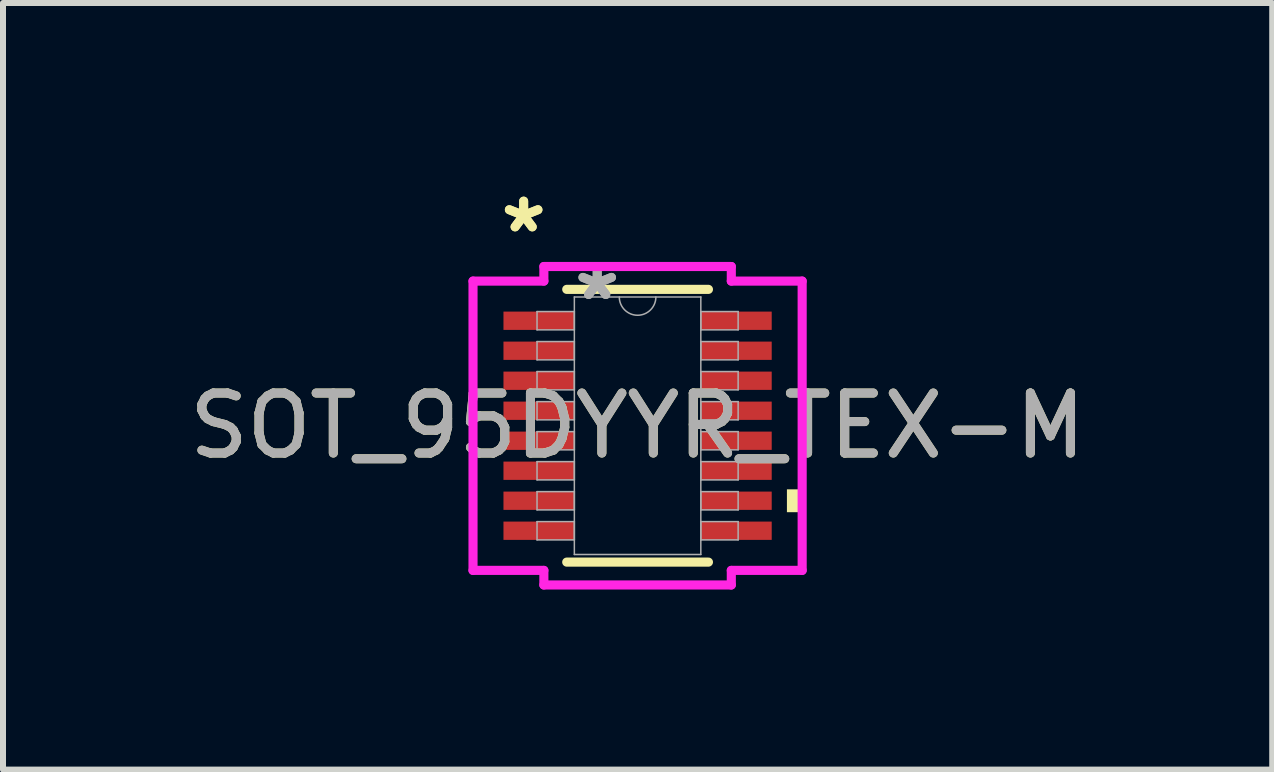
<source format=kicad_pcb>
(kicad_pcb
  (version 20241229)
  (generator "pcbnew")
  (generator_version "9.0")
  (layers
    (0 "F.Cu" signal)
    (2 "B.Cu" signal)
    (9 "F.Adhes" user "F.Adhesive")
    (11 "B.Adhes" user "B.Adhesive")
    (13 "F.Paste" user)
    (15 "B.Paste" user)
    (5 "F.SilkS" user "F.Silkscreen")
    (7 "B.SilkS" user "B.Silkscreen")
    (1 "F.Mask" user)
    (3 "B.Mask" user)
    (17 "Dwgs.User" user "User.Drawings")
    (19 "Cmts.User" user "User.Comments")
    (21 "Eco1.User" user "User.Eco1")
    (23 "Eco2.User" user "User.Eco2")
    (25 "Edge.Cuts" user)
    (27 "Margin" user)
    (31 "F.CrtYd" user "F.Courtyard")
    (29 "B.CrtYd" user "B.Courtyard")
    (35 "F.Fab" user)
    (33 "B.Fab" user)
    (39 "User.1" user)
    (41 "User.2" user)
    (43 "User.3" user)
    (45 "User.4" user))
  (footprint "SOT_95DYYR_TEX-M"
    (layer "F.Cu")
    (at 7.577 4.046)
    (property "Reference" "SOT_95DYYR_TEX-M" (at 0 0 0) (unlocked yes) (layer "F.SilkS") (effects (font (size 1 1) (thickness 0.15))))
    (attr smd)
    (fp_line (start -1.181 2.273) (end 1.181 2.273) (stroke (width 0.152) (type solid)) (layer "F.SilkS"))
    (fp_line (start 1.181 -2.273) (end -1.181 -2.273) (stroke (width 0.152) (type solid)) (layer "F.SilkS"))
    (fp_poly (pts (xy 2.743 1.06) (xy 2.743 1.441) (xy 2.489 1.441) (xy 2.489 1.06)) (stroke (width 0) (type solid)) (fill yes) (layer "F.SilkS"))
    (fp_line (start -2.743 -2.411) (end -1.562 -2.411) (stroke (width 0.152) (type solid)) (layer "F.CrtYd"))
    (fp_line (start -2.743 2.411) (end -2.743 -2.411) (stroke (width 0.152) (type solid)) (layer "F.CrtYd"))
    (fp_line (start -2.743 2.411) (end -1.562 2.411) (stroke (width 0.152) (type solid)) (layer "F.CrtYd"))
    (fp_line (start -1.562 -2.654) (end 1.562 -2.654) (stroke (width 0.152) (type solid)) (layer "F.CrtYd"))
    (fp_line (start -1.562 -2.411) (end -1.562 -2.654) (stroke (width 0.152) (type solid)) (layer "F.CrtYd"))
    (fp_line (start -1.562 2.654) (end -1.562 2.411) (stroke (width 0.152) (type solid)) (layer "F.CrtYd"))
    (fp_line (start 1.562 -2.654) (end 1.562 -2.411) (stroke (width 0.152) (type solid)) (layer "F.CrtYd"))
    (fp_line (start 1.562 2.411) (end 1.562 2.654) (stroke (width 0.152) (type solid)) (layer "F.CrtYd"))
    (fp_line (start 1.562 2.654) (end -1.562 2.654) (stroke (width 0.152) (type solid)) (layer "F.CrtYd"))
    (fp_line (start 2.743 -2.411) (end 1.562 -2.411) (stroke (width 0.152) (type solid)) (layer "F.CrtYd"))
    (fp_line (start 2.743 -2.411) (end 2.743 2.411) (stroke (width 0.152) (type solid)) (layer "F.CrtYd"))
    (fp_line (start 2.743 2.411) (end 1.562 2.411) (stroke (width 0.152) (type solid)) (layer "F.CrtYd"))
    (fp_line (start -1.676 -1.903) (end -1.676 -1.598) (stroke (width 0.025) (type solid)) (layer "F.Fab"))
    (fp_line (start -1.676 -1.598) (end -1.054 -1.598) (stroke (width 0.025) (type solid)) (layer "F.Fab"))
    (fp_line (start -1.676 -1.403) (end -1.676 -1.098) (stroke (width 0.025) (type solid)) (layer "F.Fab"))
    (fp_line (start -1.676 -1.098) (end -1.054 -1.098) (stroke (width 0.025) (type solid)) (layer "F.Fab"))
    (fp_line (start -1.676 -0.903) (end -1.676 -0.598) (stroke (width 0.025) (type solid)) (layer "F.Fab"))
    (fp_line (start -1.676 -0.598) (end -1.054 -0.598) (stroke (width 0.025) (type solid)) (layer "F.Fab"))
    (fp_line (start -1.676 -0.402) (end -1.676 -0.098) (stroke (width 0.025) (type solid)) (layer "F.Fab"))
    (fp_line (start -1.676 -0.098) (end -1.054 -0.098) (stroke (width 0.025) (type solid)) (layer "F.Fab"))
    (fp_line (start -1.676 0.098) (end -1.676 0.402) (stroke (width 0.025) (type solid)) (layer "F.Fab"))
    (fp_line (start -1.676 0.402) (end -1.054 0.402) (stroke (width 0.025) (type solid)) (layer "F.Fab"))
    (fp_line (start -1.676 0.598) (end -1.676 0.903) (stroke (width 0.025) (type solid)) (layer "F.Fab"))
    (fp_line (start -1.676 0.903) (end -1.054 0.903) (stroke (width 0.025) (type solid)) (layer "F.Fab"))
    (fp_line (start -1.676 1.098) (end -1.676 1.403) (stroke (width 0.025) (type solid)) (layer "F.Fab"))
    (fp_line (start -1.676 1.403) (end -1.054 1.403) (stroke (width 0.025) (type solid)) (layer "F.Fab"))
    (fp_line (start -1.676 1.598) (end -1.676 1.903) (stroke (width 0.025) (type solid)) (layer "F.Fab"))
    (fp_line (start -1.676 1.903) (end -1.054 1.903) (stroke (width 0.025) (type solid)) (layer "F.Fab"))
    (fp_line (start -1.054 -2.146) (end -1.054 2.146) (stroke (width 0.025) (type solid)) (layer "F.Fab"))
    (fp_line (start -1.054 -1.903) (end -1.676 -1.903) (stroke (width 0.025) (type solid)) (layer "F.Fab"))
    (fp_line (start -1.054 -1.598) (end -1.054 -1.903) (stroke (width 0.025) (type solid)) (layer "F.Fab"))
    (fp_line (start -1.054 -1.403) (end -1.676 -1.403) (stroke (width 0.025) (type solid)) (layer "F.Fab"))
    (fp_line (start -1.054 -1.098) (end -1.054 -1.403) (stroke (width 0.025) (type solid)) (layer "F.Fab"))
    (fp_line (start -1.054 -0.903) (end -1.676 -0.903) (stroke (width 0.025) (type solid)) (layer "F.Fab"))
    (fp_line (start -1.054 -0.598) (end -1.054 -0.903) (stroke (width 0.025) (type solid)) (layer "F.Fab"))
    (fp_line (start -1.054 -0.402) (end -1.676 -0.402) (stroke (width 0.025) (type solid)) (layer "F.Fab"))
    (fp_line (start -1.054 -0.098) (end -1.054 -0.402) (stroke (width 0.025) (type solid)) (layer "F.Fab"))
    (fp_line (start -1.054 0.098) (end -1.676 0.098) (stroke (width 0.025) (type solid)) (layer "F.Fab"))
    (fp_line (start -1.054 0.402) (end -1.054 0.098) (stroke (width 0.025) (type solid)) (layer "F.Fab"))
    (fp_line (start -1.054 0.598) (end -1.676 0.598) (stroke (width 0.025) (type solid)) (layer "F.Fab"))
    (fp_line (start -1.054 0.903) (end -1.054 0.598) (stroke (width 0.025) (type solid)) (layer "F.Fab"))
    (fp_line (start -1.054 1.098) (end -1.676 1.098) (stroke (width 0.025) (type solid)) (layer "F.Fab"))
    (fp_line (start -1.054 1.403) (end -1.054 1.098) (stroke (width 0.025) (type solid)) (layer "F.Fab"))
    (fp_line (start -1.054 1.598) (end -1.676 1.598) (stroke (width 0.025) (type solid)) (layer "F.Fab"))
    (fp_line (start -1.054 1.903) (end -1.054 1.598) (stroke (width 0.025) (type solid)) (layer "F.Fab"))
    (fp_line (start -1.054 2.146) (end 1.054 2.146) (stroke (width 0.025) (type solid)) (layer "F.Fab"))
    (fp_line (start 1.054 -2.146) (end -1.054 -2.146) (stroke (width 0.025) (type solid)) (layer "F.Fab"))
    (fp_line (start 1.054 -1.903) (end 1.054 -1.598) (stroke (width 0.025) (type solid)) (layer "F.Fab"))
    (fp_line (start 1.054 -1.598) (end 1.676 -1.598) (stroke (width 0.025) (type solid)) (layer "F.Fab"))
    (fp_line (start 1.054 -1.403) (end 1.054 -1.098) (stroke (width 0.025) (type solid)) (layer "F.Fab"))
    (fp_line (start 1.054 -1.098) (end 1.676 -1.098) (stroke (width 0.025) (type solid)) (layer "F.Fab"))
    (fp_line (start 1.054 -0.903) (end 1.054 -0.598) (stroke (width 0.025) (type solid)) (layer "F.Fab"))
    (fp_line (start 1.054 -0.598) (end 1.676 -0.598) (stroke (width 0.025) (type solid)) (layer "F.Fab"))
    (fp_line (start 1.054 -0.402) (end 1.054 -0.098) (stroke (width 0.025) (type solid)) (layer "F.Fab"))
    (fp_line (start 1.054 -0.098) (end 1.676 -0.098) (stroke (width 0.025) (type solid)) (layer "F.Fab"))
    (fp_line (start 1.054 0.098) (end 1.054 0.402) (stroke (width 0.025) (type solid)) (layer "F.Fab"))
    (fp_line (start 1.054 0.402) (end 1.676 0.402) (stroke (width 0.025) (type solid)) (layer "F.Fab"))
    (fp_line (start 1.054 0.598) (end 1.054 0.903) (stroke (width 0.025) (type solid)) (layer "F.Fab"))
    (fp_line (start 1.054 0.903) (end 1.676 0.903) (stroke (width 0.025) (type solid)) (layer "F.Fab"))
    (fp_line (start 1.054 1.098) (end 1.054 1.403) (stroke (width 0.025) (type solid)) (layer "F.Fab"))
    (fp_line (start 1.054 1.403) (end 1.676 1.403) (stroke (width 0.025) (type solid)) (layer "F.Fab"))
    (fp_line (start 1.054 1.598) (end 1.054 1.903) (stroke (width 0.025) (type solid)) (layer "F.Fab"))
    (fp_line (start 1.054 1.903) (end 1.676 1.903) (stroke (width 0.025) (type solid)) (layer "F.Fab"))
    (fp_line (start 1.054 2.146) (end 1.054 -2.146) (stroke (width 0.025) (type solid)) (layer "F.Fab"))
    (fp_line (start 1.676 -1.903) (end 1.054 -1.903) (stroke (width 0.025) (type solid)) (layer "F.Fab"))
    (fp_line (start 1.676 -1.598) (end 1.676 -1.903) (stroke (width 0.025) (type solid)) (layer "F.Fab"))
    (fp_line (start 1.676 -1.403) (end 1.054 -1.403) (stroke (width 0.025) (type solid)) (layer "F.Fab"))
    (fp_line (start 1.676 -1.098) (end 1.676 -1.403) (stroke (width 0.025) (type solid)) (layer "F.Fab"))
    (fp_line (start 1.676 -0.903) (end 1.054 -0.903) (stroke (width 0.025) (type solid)) (layer "F.Fab"))
    (fp_line (start 1.676 -0.598) (end 1.676 -0.903) (stroke (width 0.025) (type solid)) (layer "F.Fab"))
    (fp_line (start 1.676 -0.402) (end 1.054 -0.402) (stroke (width 0.025) (type solid)) (layer "F.Fab"))
    (fp_line (start 1.676 -0.098) (end 1.676 -0.402) (stroke (width 0.025) (type solid)) (layer "F.Fab"))
    (fp_line (start 1.676 0.098) (end 1.054 0.098) (stroke (width 0.025) (type solid)) (layer "F.Fab"))
    (fp_line (start 1.676 0.402) (end 1.676 0.098) (stroke (width 0.025) (type solid)) (layer "F.Fab"))
    (fp_line (start 1.676 0.598) (end 1.054 0.598) (stroke (width 0.025) (type solid)) (layer "F.Fab"))
    (fp_line (start 1.676 0.903) (end 1.676 0.598) (stroke (width 0.025) (type solid)) (layer "F.Fab"))
    (fp_line (start 1.676 1.098) (end 1.054 1.098) (stroke (width 0.025) (type solid)) (layer "F.Fab"))
    (fp_line (start 1.676 1.403) (end 1.676 1.098) (stroke (width 0.025) (type solid)) (layer "F.Fab"))
    (fp_line (start 1.676 1.598) (end 1.054 1.598) (stroke (width 0.025) (type solid)) (layer "F.Fab"))
    (fp_line (start 1.676 1.903) (end 1.676 1.598) (stroke (width 0.025) (type solid)) (layer "F.Fab"))
    (fp_arc (start 0.3048 -2.1463) (mid 0 -1.8415) (end -0.3048 -2.1463) (stroke (width 0.0254) (type solid)) (layer "F.Fab"))
    (fp_text user "*" (at -1.899 -3.198 0) (layer "F.SilkS") (effects (font (size 1 1) (thickness 0.15))))
    (fp_text user "*" (at -1.899 -3.198 0) (unlocked yes) (layer "F.SilkS") (effects (font (size 1 1) (thickness 0.15))))
    (fp_text user "${REFERENCE}" (at 0 0 0) (unlocked yes) (layer "F.Fab") (effects (font (size 1 1) (thickness 0.15))))
    (fp_text user "*" (at -0.673 -2.07 0) (unlocked yes) (layer "F.Fab") (effects (font (size 1 1) (thickness 0.15))))
    (fp_text user "*" (at -0.673 -2.07 0) (layer "F.Fab") (effects (font (size 1 1) (thickness 0.15))))
    (pad "1" smd rect (at -1.645 -1.75) (size 1.181 0.305) (layers "F.Cu" "F.Mask" "F.Paste"))
    (pad "2" smd rect (at -1.645 -1.25) (size 1.181 0.305) (layers "F.Cu" "F.Mask" "F.Paste"))
    (pad "3" smd rect (at -1.645 -0.75) (size 1.181 0.305) (layers "F.Cu" "F.Mask" "F.Paste"))
    (pad "4" smd rect (at -1.645 -0.25) (size 1.181 0.305) (layers "F.Cu" "F.Mask" "F.Paste"))
    (pad "5" smd rect (at -1.645 0.25) (size 1.181 0.305) (layers "F.Cu" "F.Mask" "F.Paste"))
    (pad "6" smd rect (at -1.645 0.75) (size 1.181 0.305) (layers "F.Cu" "F.Mask" "F.Paste"))
    (pad "7" smd rect (at -1.645 1.25) (size 1.181 0.305) (layers "F.Cu" "F.Mask" "F.Paste"))
    (pad "8" smd rect (at -1.645 1.75) (size 1.181 0.305) (layers "F.Cu" "F.Mask" "F.Paste"))
    (pad "9" smd rect (at 1.645 1.75) (size 1.181 0.305) (layers "F.Cu" "F.Mask" "F.Paste"))
    (pad "10" smd rect (at 1.645 1.25) (size 1.181 0.305) (layers "F.Cu" "F.Mask" "F.Paste"))
    (pad "11" smd rect (at 1.645 0.75) (size 1.181 0.305) (layers "F.Cu" "F.Mask" "F.Paste"))
    (pad "12" smd rect (at 1.645 0.25) (size 1.181 0.305) (layers "F.Cu" "F.Mask" "F.Paste"))
    (pad "13" smd rect (at 1.645 -0.25) (size 1.181 0.305) (layers "F.Cu" "F.Mask" "F.Paste"))
    (pad "14" smd rect (at 1.645 -0.75) (size 1.181 0.305) (layers "F.Cu" "F.Mask" "F.Paste"))
    (pad "15" smd rect (at 1.645 -1.25) (size 1.181 0.305) (layers "F.Cu" "F.Mask" "F.Paste"))
    (pad "16" smd rect (at 1.645 -1.75) (size 1.181 0.305) (layers "F.Cu" "F.Mask" "F.Paste")))
  (gr_rect
    (start -3 -3)
    (end 18.155 9.777)
    (stroke (width 0.1) (type default))
    (fill no)
    (layer "Edge.Cuts")))
</source>
